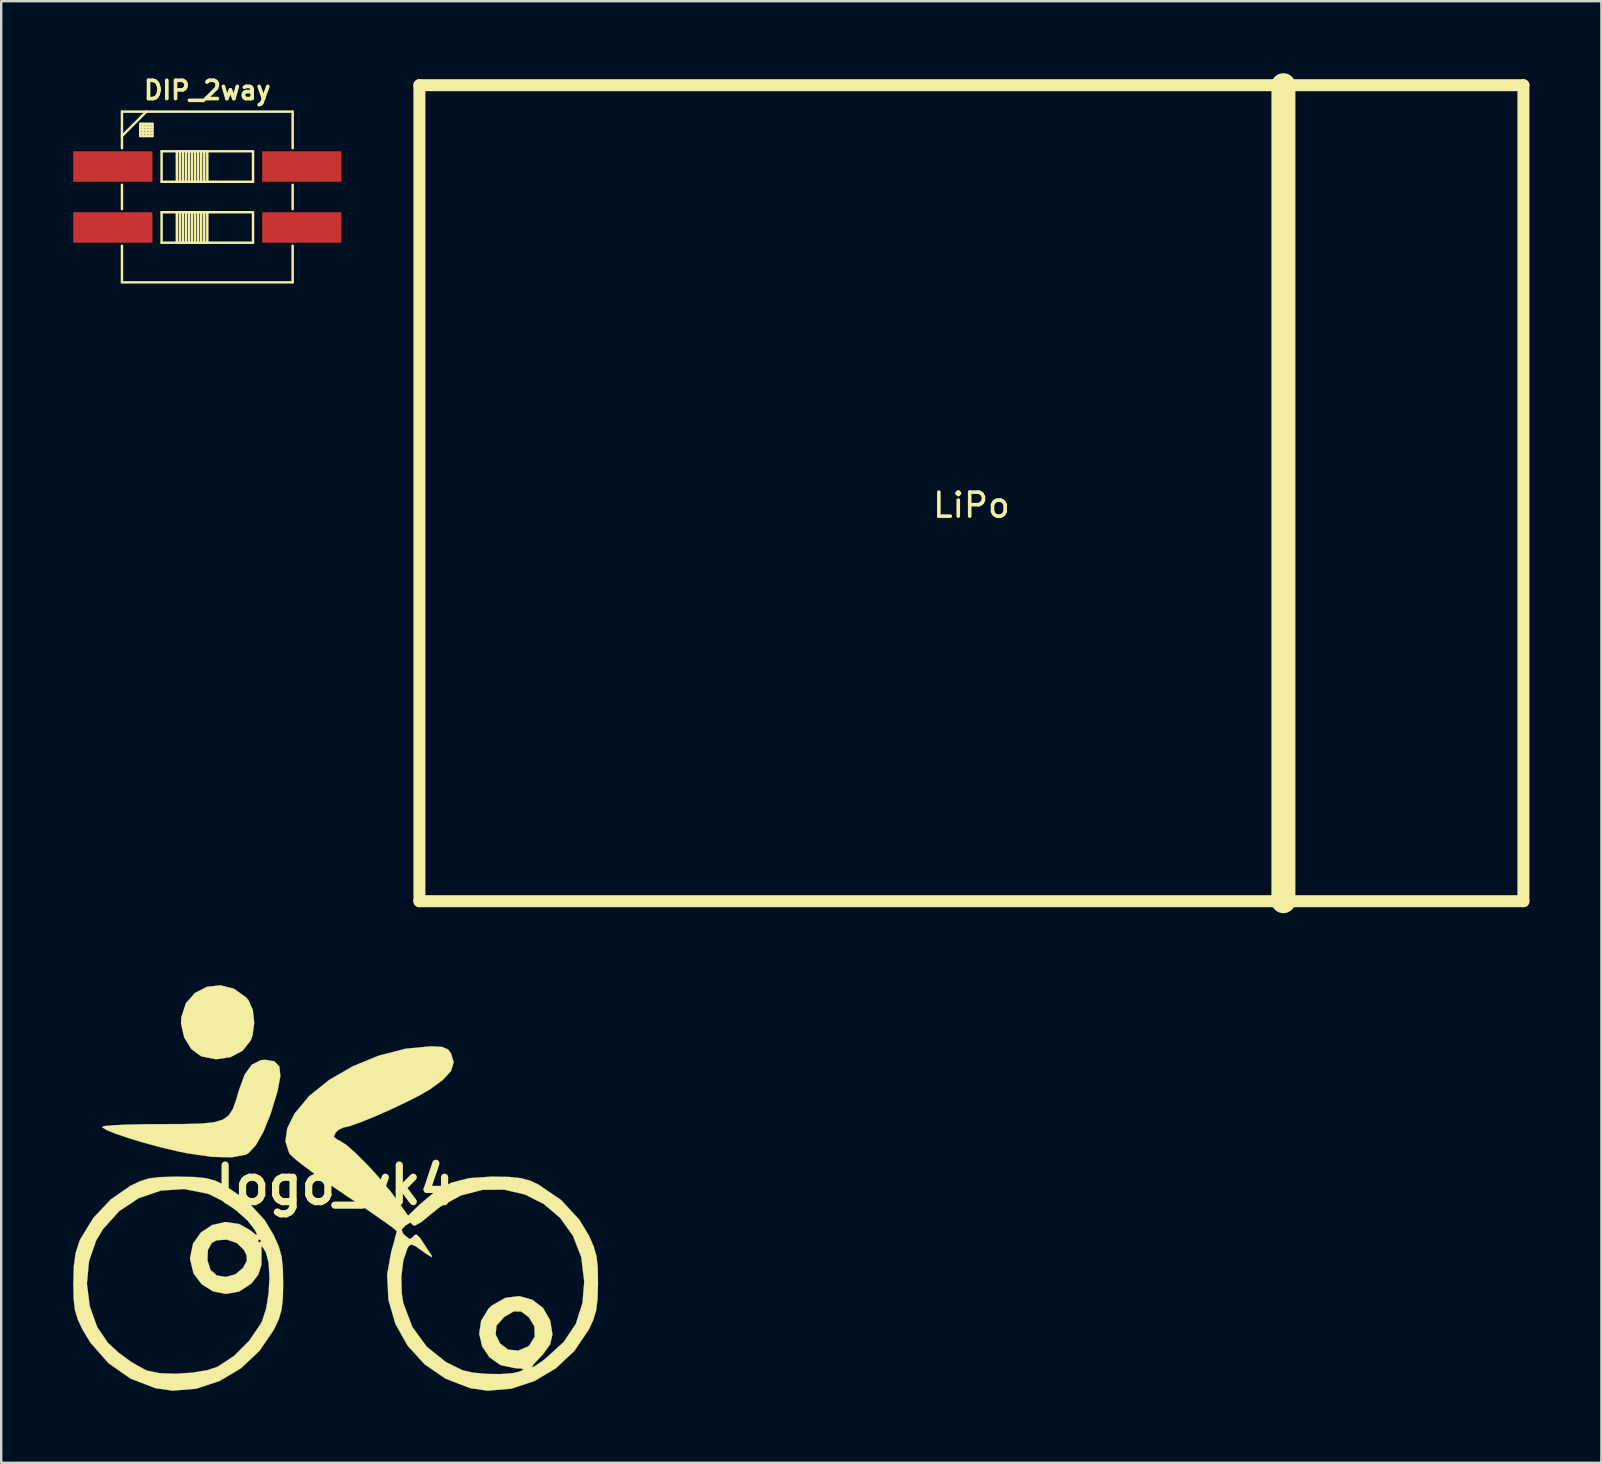
<source format=kicad_pcb>
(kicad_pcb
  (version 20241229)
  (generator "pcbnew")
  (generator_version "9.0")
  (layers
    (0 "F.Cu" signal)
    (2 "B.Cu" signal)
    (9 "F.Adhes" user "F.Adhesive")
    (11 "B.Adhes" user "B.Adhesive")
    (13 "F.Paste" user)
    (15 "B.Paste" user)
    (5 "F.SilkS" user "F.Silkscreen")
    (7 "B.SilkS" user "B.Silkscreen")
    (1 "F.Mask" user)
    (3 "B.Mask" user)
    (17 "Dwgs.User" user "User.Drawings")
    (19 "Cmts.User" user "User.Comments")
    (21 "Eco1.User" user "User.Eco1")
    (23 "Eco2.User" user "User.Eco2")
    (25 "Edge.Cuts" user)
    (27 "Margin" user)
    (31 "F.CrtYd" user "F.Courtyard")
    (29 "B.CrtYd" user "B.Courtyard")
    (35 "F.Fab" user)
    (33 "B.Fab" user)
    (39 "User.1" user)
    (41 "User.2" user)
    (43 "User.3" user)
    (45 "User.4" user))
  (footprint "logo_vk4"
    (layer "F.Cu")
    (at 10.938 46.329)
    (property "Reference" "logo_vk4" (at 0 0 0) (layer "F.SilkS") (effects (font (size 1.524 1.524) (thickness 0.3))))
    (attr through_hole)
    (fp_poly (pts (xy -4.244 -8.184) (xy -3.737 -7.823) (xy -3.637 -7.709) (xy -3.454 -7.302) (xy -3.395 -6.765) (xy -3.469 -6.223) (xy -3.54 -6.027) (xy -3.878 -5.6) (xy -4.387 -5.329) (xy -4.986 -5.242) (xy -5.597 -5.362) (xy -5.608 -5.366) (xy -6.018 -5.669) (xy -6.313 -6.152) (xy -6.445 -6.72) (xy -6.437 -6.985) (xy -6.244 -7.574) (xy -5.868 -8.004) (xy -5.369 -8.259) (xy -4.808 -8.324) (xy -4.244 -8.184)) (stroke (width 0.01) (type solid)) (fill yes) (layer "F.SilkS"))
    (fp_poly (pts (xy -2.551 -5.156) (xy -2.346 -4.939) (xy -2.306 -4.54) (xy -2.42 -3.93) (xy -2.428 -3.898) (xy -2.708 -2.976) (xy -3.015 -2.215) (xy -3.333 -1.652) (xy -3.643 -1.322) (xy -3.741 -1.269) (xy -4.33 -1.157) (xy -5.147 -1.175) (xy -6.17 -1.322) (xy -6.562 -1.402) (xy -7.263 -1.567) (xy -7.966 -1.757) (xy -8.617 -1.953) (xy -9.164 -2.139) (xy -9.553 -2.297) (xy -9.731 -2.41) (xy -9.737 -2.427) (xy -9.603 -2.463) (xy -9.233 -2.495) (xy -8.67 -2.52) (xy -7.961 -2.535) (xy -7.273 -2.54) (xy -6.31 -2.543) (xy -5.588 -2.563) (xy -5.066 -2.618) (xy -4.703 -2.726) (xy -4.456 -2.905) (xy -4.285 -3.173) (xy -4.149 -3.547) (xy -4.036 -3.94) (xy -3.793 -4.605) (xy -3.497 -5.017) (xy -3.124 -5.204) (xy -2.934 -5.221) (xy -2.551 -5.156)) (stroke (width 0.01) (type solid)) (fill yes) (layer "F.SilkS"))
    (fp_poly (pts (xy -5.888 -0.337) (xy -5.407 -0.288) (xy -5.029 -0.186) (xy -4.686 -0.028) (xy -3.726 0.627) (xy -2.964 1.455) (xy -2.579 2.094) (xy -2.376 2.553) (xy -2.257 2.968) (xy -2.202 3.45) (xy -2.189 4.092) (xy -2.204 4.738) (xy -2.259 5.205) (xy -2.374 5.597) (xy -2.571 6.017) (xy -2.575 6.024) (xy -3.181 6.913) (xy -3.954 7.636) (xy -4.847 8.167) (xy -5.813 8.485) (xy -6.805 8.565) (xy -7.516 8.462) (xy -8.556 8.06) (xy -9.469 7.419) (xy -10.22 6.566) (xy -10.548 6.024) (xy -10.746 5.604) (xy -10.863 5.214) (xy -10.918 4.751) (xy -10.933 4.112) (xy -10.933 4.102) (xy -10.367 4.102) (xy -10.25 5.042) (xy -9.94 5.909) (xy -9.498 6.565) (xy -9.053 6.98) (xy -8.503 7.381) (xy -7.971 7.681) (xy -7.832 7.739) (xy -7.337 7.838) (xy -6.682 7.862) (xy -5.98 7.817) (xy -5.34 7.71) (xy -4.918 7.569) (xy -4.236 7.119) (xy -3.607 6.49) (xy -3.127 5.785) (xy -3.058 5.644) (xy -2.896 5.134) (xy -2.795 4.504) (xy -2.76 3.847) (xy -2.794 3.255) (xy -2.902 2.82) (xy -2.938 2.752) (xy -3.069 2.553) (xy -3.101 2.594) (xy -3.092 2.752) (xy -3.094 3.317) (xy -3.221 3.728) (xy -3.508 4.094) (xy -3.517 4.103) (xy -4.021 4.436) (xy -4.574 4.535) (xy -5.116 4.425) (xy -5.586 4.132) (xy -5.923 3.682) (xy -6.058 3.132) (xy -5.344 3.132) (xy -5.216 3.537) (xy -4.953 3.767) (xy -4.574 3.826) (xy -4.178 3.719) (xy -3.867 3.455) (xy -3.857 3.441) (xy -3.702 3.148) (xy -3.72 2.907) (xy -3.823 2.7) (xy -4.118 2.415) (xy -4.372 2.328) (xy -3.246 2.328) (xy -3.175 2.399) (xy -3.104 2.328) (xy -3.175 2.258) (xy -3.246 2.328) (xy -4.372 2.328) (xy -4.535 2.273) (xy -4.955 2.299) (xy -5.16 2.407) (xy -5.328 2.708) (xy -5.344 3.132) (xy -6.058 3.132) (xy -6.066 3.099) (xy -6.068 3.034) (xy -5.945 2.443) (xy -5.619 1.977) (xy -5.149 1.665) (xy -4.598 1.537) (xy -4.026 1.622) (xy -3.599 1.859) (xy -3.345 2.054) (xy -3.271 2.075) (xy -3.338 1.926) (xy -3.367 1.871) (xy -3.674 1.476) (xy -4.153 1.05) (xy -4.711 0.664) (xy -5.256 0.388) (xy -5.333 0.36) (xy -6.32 0.164) (xy -7.291 0.231) (xy -8.206 0.544) (xy -9.022 1.085) (xy -9.697 1.837) (xy -9.98 2.309) (xy -10.279 3.166) (xy -10.367 4.102) (xy -10.933 4.102) (xy -10.933 4.092) (xy -10.911 3.371) (xy -10.836 2.83) (xy -10.69 2.371) (xy -10.633 2.241) (xy -10.099 1.369) (xy -9.376 0.601) (xy -8.547 0.026) (xy -8.546 0.026) (xy -8.15 -0.162) (xy -7.78 -0.276) (xy -7.339 -0.332) (xy -6.734 -0.35) (xy -6.562 -0.35) (xy -5.888 -0.337)) (stroke (width 0.01) (type solid)) (fill yes) (layer "F.SilkS"))
    (fp_poly (pts (xy 4.425 -5.757) (xy 4.678 -5.653) (xy 4.805 -5.49) (xy 4.913 -5.116) (xy 4.806 -4.756) (xy 4.464 -4.379) (xy 3.918 -3.983) (xy 3.493 -3.738) (xy 2.932 -3.453) (xy 2.3 -3.154) (xy 1.66 -2.872) (xy 1.075 -2.633) (xy 0.61 -2.466) (xy 0.327 -2.399) (xy 0.317 -2.399) (xy 0.117 -2.302) (xy 0.002 -2.19) (xy -0.082 -2.016) (xy 0.063 -1.893) (xy 0.161 -1.853) (xy 0.446 -1.67) (xy 0.85 -1.315) (xy 1.324 -0.84) (xy 1.817 -0.299) (xy 2.278 0.257) (xy 2.537 0.603) (xy 3.016 1.276) (xy 3.519 0.794) (xy 4.169 0.251) (xy 4.82 -0.099) (xy 5.558 -0.289) (xy 6.469 -0.35) (xy 6.562 -0.351) (xy 7.236 -0.338) (xy 7.717 -0.288) (xy 8.095 -0.186) (xy 8.438 -0.028) (xy 9.397 0.627) (xy 10.159 1.455) (xy 10.544 2.094) (xy 10.747 2.549) (xy 10.865 2.959) (xy 10.919 3.432) (xy 10.929 4.075) (xy 10.929 4.092) (xy 10.911 4.745) (xy 10.852 5.221) (xy 10.731 5.623) (xy 10.543 6.024) (xy 9.945 6.91) (xy 9.177 7.631) (xy 8.286 8.163) (xy 7.322 8.482) (xy 6.33 8.566) (xy 5.607 8.462) (xy 4.581 8.07) (xy 3.704 7.468) (xy 2.999 6.694) (xy 2.489 5.788) (xy 2.197 4.786) (xy 2.148 3.817) (xy 2.734 3.817) (xy 2.751 4.514) (xy 2.82 4.929) (xy 3.193 5.912) (xy 3.795 6.738) (xy 4.603 7.382) (xy 5.285 7.715) (xy 5.704 7.813) (xy 6.267 7.867) (xy 6.865 7.875) (xy 7.388 7.835) (xy 7.691 7.761) (xy 7.83 7.681) (xy 7.735 7.642) (xy 7.475 7.63) (xy 6.872 7.501) (xy 6.408 7.179) (xy 6.103 6.723) (xy 5.988 6.229) (xy 6.665 6.229) (xy 6.852 6.601) (xy 7.183 6.855) (xy 7.605 6.899) (xy 8.015 6.725) (xy 8.068 6.681) (xy 8.292 6.311) (xy 8.277 5.882) (xy 8.043 5.503) (xy 7.724 5.268) (xy 7.414 5.264) (xy 7.03 5.493) (xy 7.004 5.514) (xy 6.698 5.86) (xy 6.665 6.229) (xy 5.988 6.229) (xy 5.979 6.194) (xy 6.06 5.65) (xy 6.367 5.151) (xy 6.507 5.018) (xy 7.07 4.699) (xy 7.649 4.626) (xy 8.19 4.775) (xy 8.637 5.119) (xy 8.935 5.631) (xy 9.031 6.216) (xy 8.936 6.636) (xy 8.624 7.065) (xy 8.551 7.14) (xy 8.251 7.459) (xy 8.164 7.596) (xy 8.289 7.551) (xy 8.622 7.32) (xy 8.736 7.236) (xy 9.499 6.539) (xy 10.007 5.781) (xy 10.283 4.911) (xy 10.355 4.022) (xy 10.231 3.002) (xy 9.886 2.114) (xy 9.357 1.372) (xy 8.679 0.794) (xy 7.889 0.395) (xy 7.024 0.191) (xy 6.121 0.198) (xy 5.214 0.432) (xy 4.343 0.91) (xy 3.964 1.214) (xy 3.558 1.548) (xy 3.298 1.691) (xy 3.21 1.66) (xy 3.115 1.56) (xy 2.919 1.673) (xy 2.909 1.681) (xy 2.745 1.857) (xy 2.809 2.019) (xy 2.891 2.105) (xy 3.082 2.248) (xy 3.211 2.171) (xy 3.235 2.133) (xy 3.352 2.052) (xy 3.507 2.192) (xy 3.61 2.345) (xy 3.832 2.691) (xy 4.012 2.955) (xy 4.013 2.957) (xy 4.005 3.004) (xy 3.82 2.898) (xy 3.644 2.772) (xy 3.322 2.542) (xy 3.145 2.474) (xy 3.036 2.553) (xy 2.987 2.637) (xy 2.816 3.151) (xy 2.734 3.817) (xy 2.148 3.817) (xy 2.144 3.729) (xy 2.311 2.79) (xy 2.435 2.351) (xy 2.518 2.03) (xy 2.54 1.917) (xy 2.428 1.815) (xy 2.117 1.586) (xy 1.643 1.254) (xy 1.045 0.845) (xy 0.388 0.406) (xy -0.312 -0.067) (xy -0.936 -0.508) (xy -1.443 -0.886) (xy -1.792 -1.17) (xy -1.935 -1.32) (xy -2.097 -1.824) (xy -2.017 -2.375) (xy -1.715 -2.977) (xy -1.105 -3.711) (xy -0.276 -4.379) (xy 0.71 -4.95) (xy 1.794 -5.394) (xy 2.913 -5.682) (xy 3.981 -5.783) (xy 4.425 -5.757)) (stroke (width 0.01) (type solid)) (fill yes) (layer "F.SilkS")))
  (footprint "LiPo"
    (layer "F.Cu")
    (at 37.426 17.5)
    (property "Reference" "LiPo" (at 0 0.5 0) (layer "F.SilkS") (effects (font (size 1 1) (thickness 0.15))))
    (attr through_hole)
    (fp_line (start -23 -17) (end 23 -17) (stroke (width 0.5) (type solid)) (layer "F.SilkS"))
    (fp_line (start -23 17) (end -23 -17) (stroke (width 0.5) (type solid)) (layer "F.SilkS"))
    (fp_line (start 13 17) (end 13 -17) (stroke (width 1) (type solid)) (layer "F.SilkS"))
    (fp_line (start 23 -17) (end 23 17) (stroke (width 0.5) (type solid)) (layer "F.SilkS"))
    (fp_line (start 23 17) (end -23 17) (stroke (width 0.5) (type solid)) (layer "F.SilkS")))
  (footprint "DIP_2way"
    (layer "F.Cu")
    (at 5.588 5.158)
    (property "Reference" "DIP_2way" (at 0 -4.445 0) (layer "F.SilkS") (effects (font (size 0.762 0.762) (thickness 0.152))))
    (attr smd)
    (fp_line (start -3.556 -3.556) (end -3.556 -2.032) (stroke (width 0.102) (type solid)) (layer "F.SilkS"))
    (fp_line (start -3.556 -3.556) (end 3.556 -3.556) (stroke (width 0.102) (type solid)) (layer "F.SilkS"))
    (fp_line (start -3.556 -0.508) (end -3.556 0.508) (stroke (width 0.102) (type solid)) (layer "F.SilkS"))
    (fp_line (start -3.556 2.032) (end -3.556 3.556) (stroke (width 0.102) (type solid)) (layer "F.SilkS"))
    (fp_line (start -3.556 3.556) (end 3.556 3.556) (stroke (width 0.102) (type solid)) (layer "F.SilkS"))
    (fp_line (start -2.794 -3.048) (end -2.286 -3.048) (stroke (width 0.102) (type solid)) (layer "F.SilkS"))
    (fp_line (start -2.794 -2.921) (end -2.286 -2.921) (stroke (width 0.102) (type solid)) (layer "F.SilkS"))
    (fp_line (start -2.794 -2.54) (end -2.794 -3.048) (stroke (width 0.102) (type solid)) (layer "F.SilkS"))
    (fp_line (start -2.667 -3.048) (end -2.667 -2.54) (stroke (width 0.102) (type solid)) (layer "F.SilkS"))
    (fp_line (start -2.54 -3.556) (end -3.556 -2.54) (stroke (width 0.102) (type solid)) (layer "F.SilkS"))
    (fp_line (start -2.54 -3.048) (end -2.54 -2.54) (stroke (width 0.102) (type solid)) (layer "F.SilkS"))
    (fp_line (start -2.413 -2.54) (end -2.413 -3.048) (stroke (width 0.102) (type solid)) (layer "F.SilkS"))
    (fp_line (start -2.286 -3.048) (end -2.286 -2.54) (stroke (width 0.102) (type solid)) (layer "F.SilkS"))
    (fp_line (start -2.286 -2.794) (end -2.794 -2.794) (stroke (width 0.102) (type solid)) (layer "F.SilkS"))
    (fp_line (start -2.286 -2.667) (end -2.794 -2.667) (stroke (width 0.102) (type solid)) (layer "F.SilkS"))
    (fp_line (start -2.286 -2.54) (end -2.794 -2.54) (stroke (width 0.102) (type solid)) (layer "F.SilkS"))
    (fp_line (start -1.905 -1.905) (end 1.905 -1.905) (stroke (width 0.102) (type solid)) (layer "F.SilkS"))
    (fp_line (start -1.905 -0.635) (end -1.905 -1.905) (stroke (width 0.102) (type solid)) (layer "F.SilkS"))
    (fp_line (start -1.905 0.635) (end 1.905 0.635) (stroke (width 0.102) (type solid)) (layer "F.SilkS"))
    (fp_line (start -1.905 1.905) (end -1.905 0.635) (stroke (width 0.102) (type solid)) (layer "F.SilkS"))
    (fp_line (start -1.27 -1.905) (end -1.27 -0.635) (stroke (width 0.102) (type solid)) (layer "F.SilkS"))
    (fp_line (start -1.27 0.635) (end -1.27 1.905) (stroke (width 0.102) (type solid)) (layer "F.SilkS"))
    (fp_line (start -1.143 -1.905) (end -1.143 -0.635) (stroke (width 0.102) (type solid)) (layer "F.SilkS"))
    (fp_line (start -1.143 0.635) (end -1.143 1.905) (stroke (width 0.102) (type solid)) (layer "F.SilkS"))
    (fp_line (start -1.016 -0.635) (end -1.016 -1.905) (stroke (width 0.102) (type solid)) (layer "F.SilkS"))
    (fp_line (start -1.016 1.905) (end -1.016 0.635) (stroke (width 0.102) (type solid)) (layer "F.SilkS"))
    (fp_line (start -0.889 -1.905) (end -0.889 -0.635) (stroke (width 0.102) (type solid)) (layer "F.SilkS"))
    (fp_line (start -0.889 0.635) (end -0.889 1.905) (stroke (width 0.102) (type solid)) (layer "F.SilkS"))
    (fp_line (start -0.762 -0.635) (end -0.762 -1.905) (stroke (width 0.102) (type solid)) (layer "F.SilkS"))
    (fp_line (start -0.762 1.905) (end -0.762 0.635) (stroke (width 0.102) (type solid)) (layer "F.SilkS"))
    (fp_line (start -0.635 -1.905) (end -0.635 -0.635) (stroke (width 0.102) (type solid)) (layer "F.SilkS"))
    (fp_line (start -0.635 0.635) (end -0.635 1.905) (stroke (width 0.102) (type solid)) (layer "F.SilkS"))
    (fp_line (start -0.508 -0.635) (end -0.508 -1.905) (stroke (width 0.102) (type solid)) (layer "F.SilkS"))
    (fp_line (start -0.508 1.905) (end -0.508 0.635) (stroke (width 0.102) (type solid)) (layer "F.SilkS"))
    (fp_line (start -0.381 -1.905) (end -0.381 -0.635) (stroke (width 0.102) (type solid)) (layer "F.SilkS"))
    (fp_line (start -0.381 0.635) (end -0.381 1.905) (stroke (width 0.102) (type solid)) (layer "F.SilkS"))
    (fp_line (start -0.254 -0.635) (end -0.254 -1.905) (stroke (width 0.102) (type solid)) (layer "F.SilkS"))
    (fp_line (start -0.254 1.905) (end -0.254 0.635) (stroke (width 0.102) (type solid)) (layer "F.SilkS"))
    (fp_line (start -0.127 -1.905) (end -0.127 -0.635) (stroke (width 0.102) (type solid)) (layer "F.SilkS"))
    (fp_line (start -0.127 0.635) (end -0.127 1.905) (stroke (width 0.102) (type solid)) (layer "F.SilkS"))
    (fp_line (start 0 -1.905) (end 0 -0.635) (stroke (width 0.102) (type solid)) (layer "F.SilkS"))
    (fp_line (start 0 1.905) (end 0 0.635) (stroke (width 0.102) (type solid)) (layer "F.SilkS"))
    (fp_line (start 1.905 -1.905) (end 1.905 -0.635) (stroke (width 0.102) (type solid)) (layer "F.SilkS"))
    (fp_line (start 1.905 -0.635) (end -1.905 -0.635) (stroke (width 0.102) (type solid)) (layer "F.SilkS"))
    (fp_line (start 1.905 0.635) (end 1.905 1.905) (stroke (width 0.102) (type solid)) (layer "F.SilkS"))
    (fp_line (start 1.905 1.905) (end -1.905 1.905) (stroke (width 0.102) (type solid)) (layer "F.SilkS"))
    (fp_line (start 3.556 -3.556) (end 3.556 -2.032) (stroke (width 0.102) (type solid)) (layer "F.SilkS"))
    (fp_line (start 3.556 0.508) (end 3.556 -0.508) (stroke (width 0.102) (type solid)) (layer "F.SilkS"))
    (fp_line (start 3.556 3.556) (end 3.556 2.032) (stroke (width 0.102) (type solid)) (layer "F.SilkS"))
    (pad "1" smd rect (at -3.937 -1.27) (size 3.302 1.27) (layers "F.Cu" "F.Mask" "F.Paste"))
    (pad "2" smd rect (at 3.937 -1.27) (size 3.302 1.27) (layers "F.Cu" "F.Mask" "F.Paste"))
    (pad "3" smd rect (at -3.937 1.27) (size 3.302 1.27) (layers "F.Cu" "F.Mask" "F.Paste"))
    (pad "4" smd rect (at 3.937 1.27) (size 3.302 1.27) (layers "F.Cu" "F.Mask" "F.Paste")))
  (gr_rect
    (start -3 -3)
    (end 63.676 57.9)
    (stroke (width 0.1) (type default))
    (fill no)
    (layer "Edge.Cuts")))
</source>
